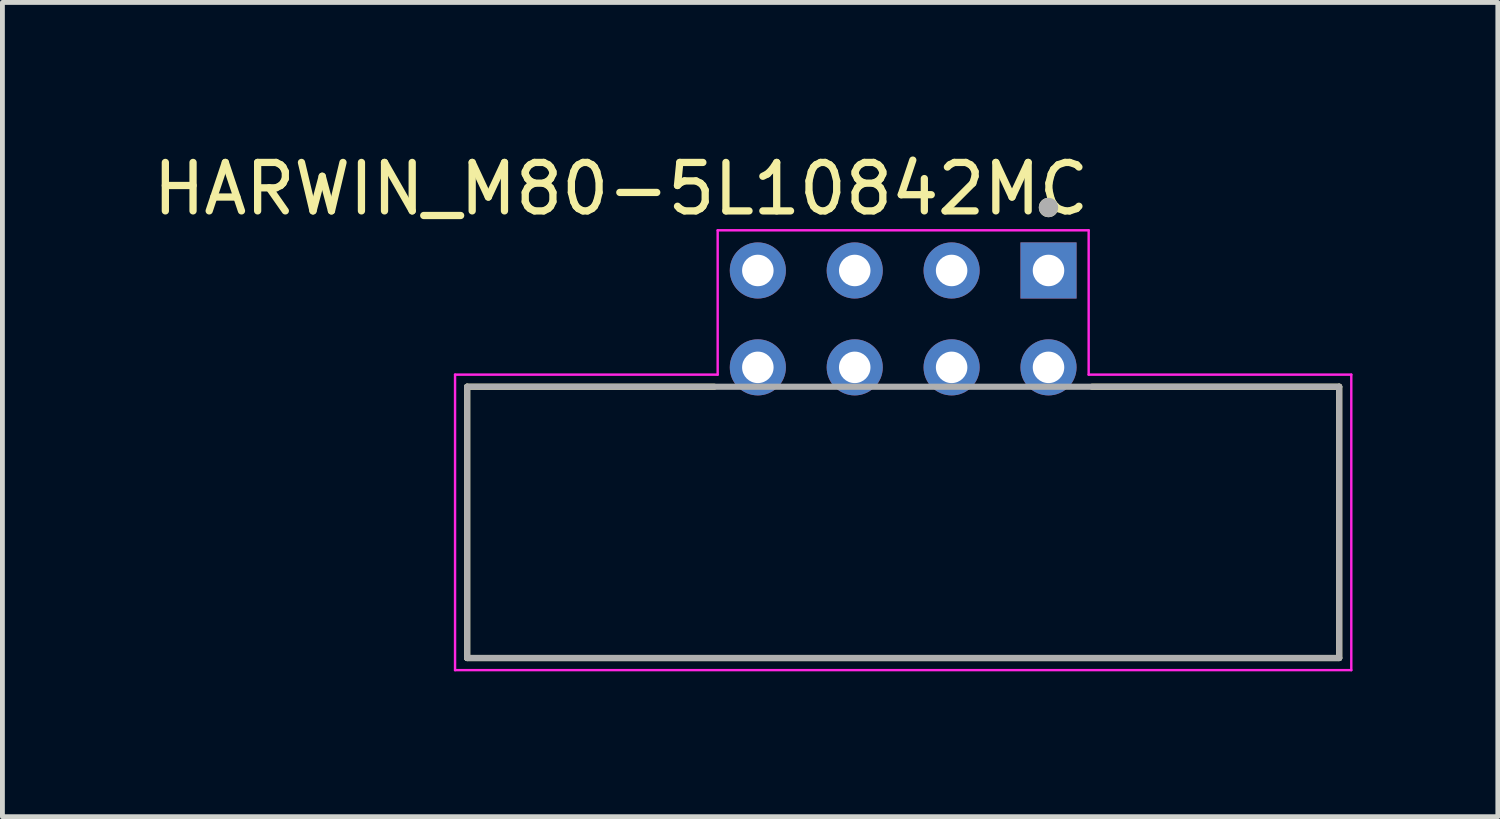
<source format=kicad_pcb>
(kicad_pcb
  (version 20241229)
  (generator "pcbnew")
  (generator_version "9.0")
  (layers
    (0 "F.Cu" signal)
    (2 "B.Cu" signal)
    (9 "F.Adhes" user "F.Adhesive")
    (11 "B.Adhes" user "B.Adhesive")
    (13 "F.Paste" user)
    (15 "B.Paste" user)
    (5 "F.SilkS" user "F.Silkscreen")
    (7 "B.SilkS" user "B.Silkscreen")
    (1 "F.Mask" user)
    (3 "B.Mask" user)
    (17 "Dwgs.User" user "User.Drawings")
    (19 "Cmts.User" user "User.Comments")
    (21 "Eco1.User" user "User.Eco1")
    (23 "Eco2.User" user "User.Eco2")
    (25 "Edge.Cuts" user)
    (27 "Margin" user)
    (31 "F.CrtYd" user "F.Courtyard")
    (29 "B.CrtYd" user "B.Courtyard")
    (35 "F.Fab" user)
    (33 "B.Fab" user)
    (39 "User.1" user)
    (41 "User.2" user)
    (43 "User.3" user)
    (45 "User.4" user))
  (footprint "HARWIN_M80-5L10842MC"
    (layer "F.Cu")
    (at 15.593 7.733)
    (property "Reference" "HARWIN_M80-5L10842MC" (at -5.825 -6.885 0) (layer "F.SilkS") (effects (font (size 1 1) (thickness 0.15))))
    (attr through_hole)
    (fp_line (start -9 -2.8) (end -9 2.8) (stroke (width 0.127) (type solid)) (layer "F.SilkS"))
    (fp_line (start -9 2.8) (end 9 2.8) (stroke (width 0.127) (type solid)) (layer "F.SilkS"))
    (fp_line (start -3.899 -2.8) (end -9 -2.8) (stroke (width 0.127) (type solid)) (layer "F.SilkS"))
    (fp_line (start 9 -2.8) (end 3.899 -2.8) (stroke (width 0.127) (type solid)) (layer "F.SilkS"))
    (fp_line (start 9 2.8) (end 9 -2.8) (stroke (width 0.127) (type solid)) (layer "F.SilkS"))
    (fp_circle (center 3 -6.5) (end 3.1 -6.5) (stroke (width 0.2) (type solid)) (fill no) (layer "F.SilkS"))
    (fp_line (start -9.25 -3.05) (end -9.25 3.05) (stroke (width 0.05) (type solid)) (layer "F.CrtYd"))
    (fp_line (start -9.25 3.05) (end 9.25 3.05) (stroke (width 0.05) (type solid)) (layer "F.CrtYd"))
    (fp_line (start -3.829 -6.029) (end -3.829 -3.05) (stroke (width 0.05) (type solid)) (layer "F.CrtYd"))
    (fp_line (start -3.829 -3.05) (end -9.25 -3.05) (stroke (width 0.05) (type solid)) (layer "F.CrtYd"))
    (fp_line (start 3.829 -6.029) (end -3.829 -6.029) (stroke (width 0.05) (type solid)) (layer "F.CrtYd"))
    (fp_line (start 3.829 -3.05) (end 3.829 -6.029) (stroke (width 0.05) (type solid)) (layer "F.CrtYd"))
    (fp_line (start 9.25 -3.05) (end 3.829 -3.05) (stroke (width 0.05) (type solid)) (layer "F.CrtYd"))
    (fp_line (start 9.25 3.05) (end 9.25 -3.05) (stroke (width 0.05) (type solid)) (layer "F.CrtYd"))
    (fp_line (start -9 -2.8) (end -9 2.8) (stroke (width 0.127) (type solid)) (layer "F.Fab"))
    (fp_line (start -9 2.8) (end 9 2.8) (stroke (width 0.127) (type solid)) (layer "F.Fab"))
    (fp_line (start 9 -2.8) (end -9 -2.8) (stroke (width 0.127) (type solid)) (layer "F.Fab"))
    (fp_line (start 9 2.8) (end 9 -2.8) (stroke (width 0.127) (type solid)) (layer "F.Fab"))
    (fp_circle (center 3 -6.5) (end 3.1 -6.5) (stroke (width 0.2) (type solid)) (fill no) (layer "F.Fab"))
    (pad "1" thru_hole rect (at 3 -5.2) (size 1.158 1.158) (drill 0.65) (layers "*.Cu" "*.Mask"))
    (pad "2" thru_hole circle (at 1 -5.2) (size 1.158 1.158) (drill 0.65) (layers "*.Cu" "*.Mask"))
    (pad "3" thru_hole circle (at -1 -5.2) (size 1.158 1.158) (drill 0.65) (layers "*.Cu" "*.Mask"))
    (pad "4" thru_hole circle (at -3 -5.2) (size 1.158 1.158) (drill 0.65) (layers "*.Cu" "*.Mask"))
    (pad "5" thru_hole circle (at 3 -3.2) (size 1.158 1.158) (drill 0.65) (layers "*.Cu" "*.Mask"))
    (pad "6" thru_hole circle (at 1 -3.2) (size 1.158 1.158) (drill 0.65) (layers "*.Cu" "*.Mask"))
    (pad "7" thru_hole circle (at -1 -3.2) (size 1.158 1.158) (drill 0.65) (layers "*.Cu" "*.Mask"))
    (pad "8" thru_hole circle (at -3 -3.2) (size 1.158 1.158) (drill 0.65) (layers "*.Cu" "*.Mask")))
  (gr_rect
    (start -3 -3)
    (end 27.868 13.808)
    (stroke (width 0.1) (type default))
    (fill no)
    (layer "Edge.Cuts")))
</source>
